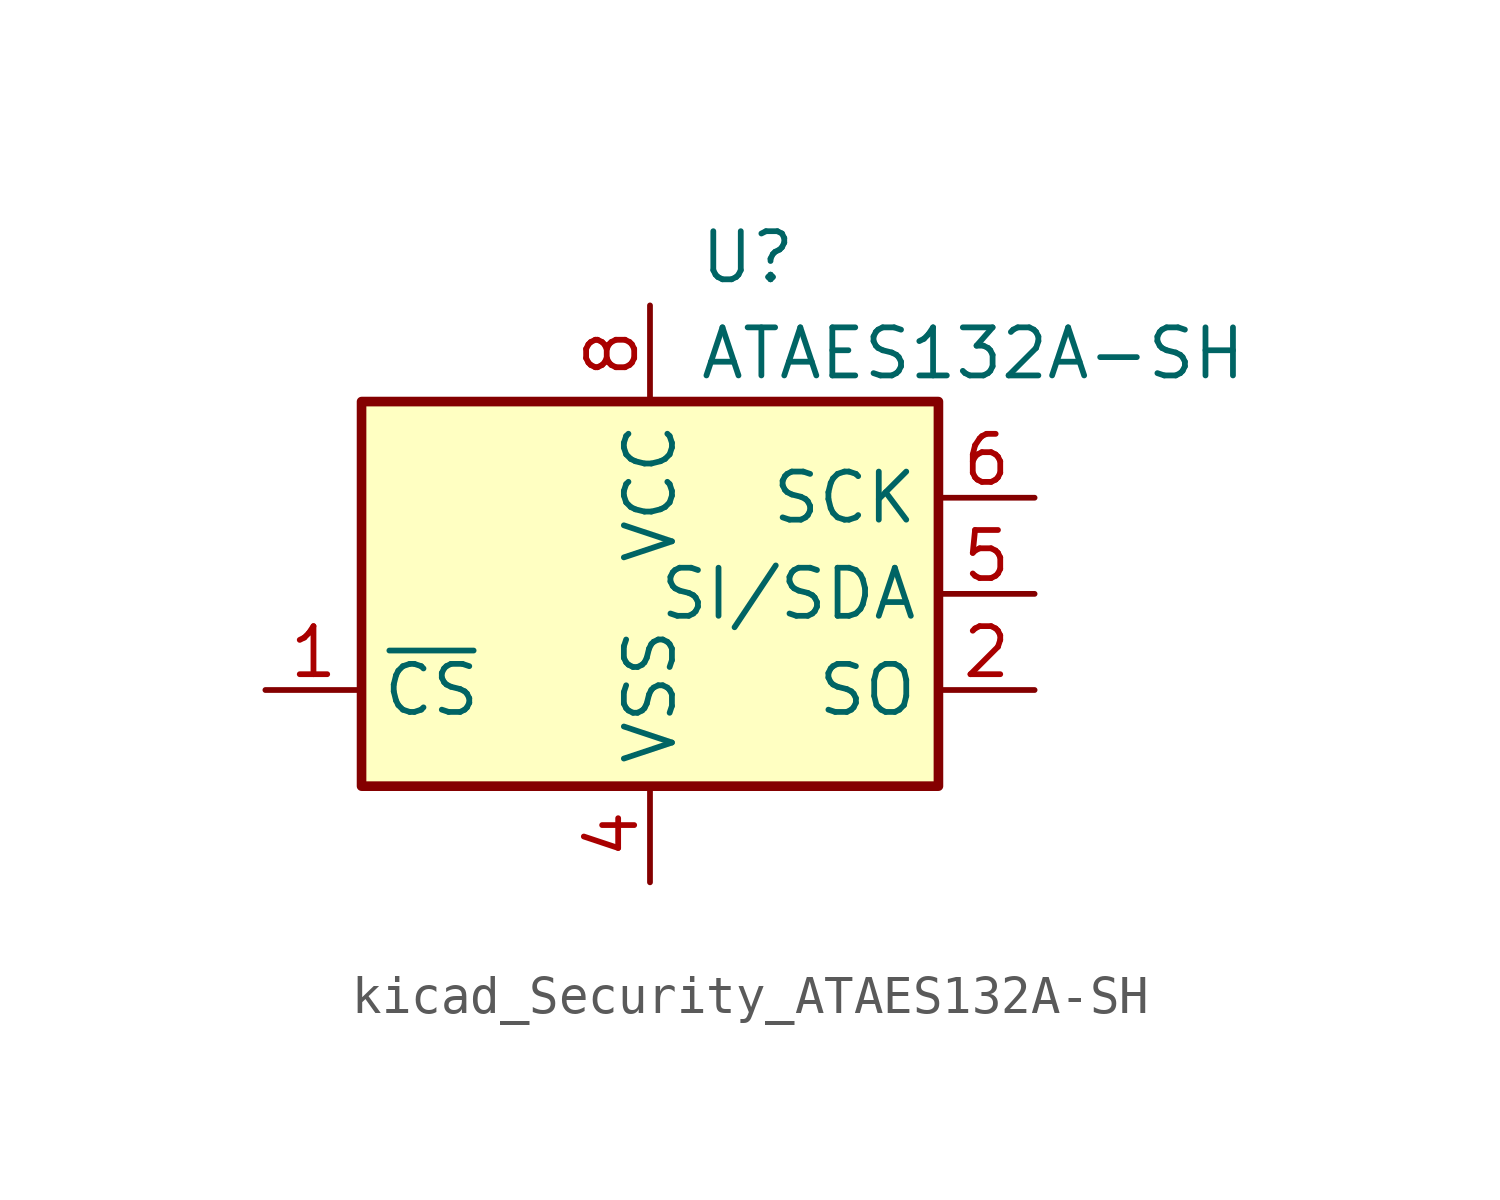
<source format=kicad_sym>
(kicad_symbol_lib
  (version 20220914)
  (generator kicad_symbol_editor)
  (symbol "kicad_Security_ATAES132A-SH"
    (property "Reference" "U"
      (at 1.27 8.89 0)
      (effects (font (size 1.27 1.27)) (justify left)))
    (property "Value" "ATAES132A-SH"
      (at 1.27 6.35 0)
      (effects (font (size 1.27 1.27)) (justify left)))
    (symbol "kicad_Security_ATAES132A-SH_0_1"
      (rectangle (start 7.62 5.08) (end -7.62 -5.08) (stroke (width 0.254) (type default)) (fill (type background))))
    (symbol "kicad_Security_ATAES132A-SH_1_1"
      (pin input line (at -10.16 -2.54 0) (length 2.54) (name "~{CS}" (effects (font (size 1.27 1.27)))) (number "1" (effects (font (size 1.27 1.27)))))
      (pin output line (at 10.16 -2.54 180) (length 2.54) (name "SO" (effects (font (size 1.27 1.27)))) (number "2" (effects (font (size 1.27 1.27)))))
      (pin no_connect line (at -7.62 2.54 0) (length 2.54) hide (name "NC" (effects (font (size 1.27 1.27)))) (number "3" (effects (font (size 1.27 1.27)))))
      (pin power_in line (at 0 -7.62 90) (length 2.54) (name "VSS" (effects (font (size 1.27 1.27)))) (number "4" (effects (font (size 1.27 1.27)))))
      (pin bidirectional line (at 10.16 0 180) (length 2.54) (name "SI/SDA" (effects (font (size 1.27 1.27)))) (number "5" (effects (font (size 1.27 1.27)))))
      (pin input line (at 10.16 2.54 180) (length 2.54) (name "SCK" (effects (font (size 1.27 1.27)))) (number "6" (effects (font (size 1.27 1.27)))))
      (pin no_connect line (at -7.62 0 0) (length 2.54) hide (name "NC" (effects (font (size 1.27 1.27)))) (number "7" (effects (font (size 1.27 1.27)))))
      (pin power_in line (at 0 7.62 270) (length 2.54) (name "VCC" (effects (font (size 1.27 1.27)))) (number "8" (effects (font (size 1.27 1.27))))))))
</source>
